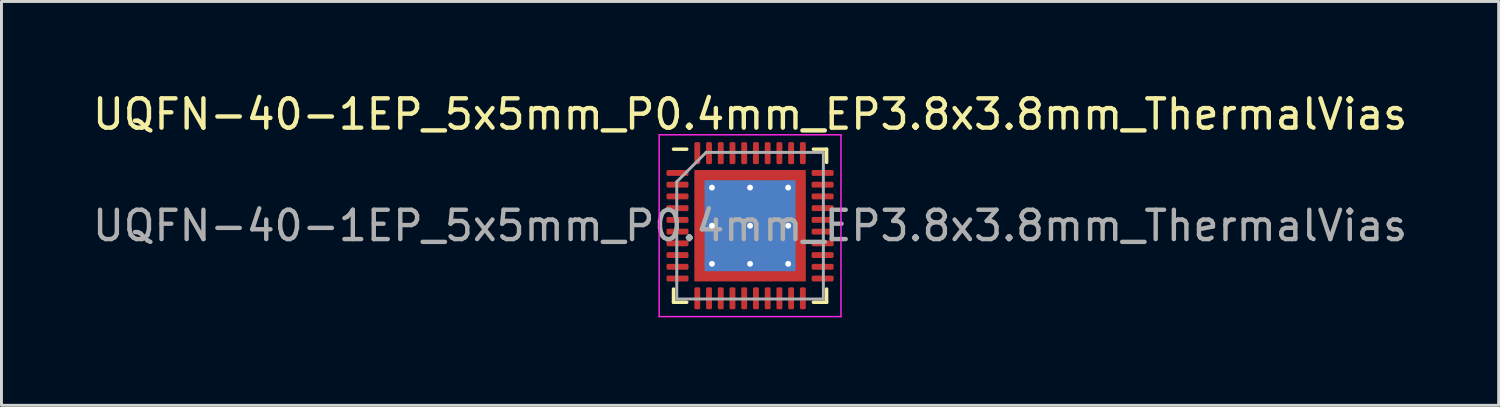
<source format=kicad_pcb>
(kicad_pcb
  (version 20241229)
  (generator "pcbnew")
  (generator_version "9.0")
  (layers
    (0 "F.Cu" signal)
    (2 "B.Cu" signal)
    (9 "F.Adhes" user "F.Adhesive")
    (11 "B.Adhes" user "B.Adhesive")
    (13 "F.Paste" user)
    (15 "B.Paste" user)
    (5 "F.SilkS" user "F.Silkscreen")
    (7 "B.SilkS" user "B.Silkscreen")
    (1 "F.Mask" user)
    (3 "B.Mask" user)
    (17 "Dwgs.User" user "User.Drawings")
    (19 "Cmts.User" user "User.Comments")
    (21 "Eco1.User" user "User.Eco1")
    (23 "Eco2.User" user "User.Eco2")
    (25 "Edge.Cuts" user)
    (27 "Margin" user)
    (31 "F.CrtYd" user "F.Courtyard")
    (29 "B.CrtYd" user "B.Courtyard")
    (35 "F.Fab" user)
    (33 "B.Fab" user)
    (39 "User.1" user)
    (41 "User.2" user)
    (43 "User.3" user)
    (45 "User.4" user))
  (footprint "UQFN-40-1EP_5x5mm_P0.4mm_EP3.8x3.8mm_ThermalVias"
    (layer "F.Cu")
    (at 22.53 4.648)
    (property "Reference" "UQFN-40-1EP_5x5mm_P0.4mm_EP3.8x3.8mm_ThermalVias" (at 0 -3.8 0) (layer "F.SilkS") (effects (font (size 1 1) (thickness 0.15))))
    (attr smd)
    (fp_line (start -2.61 2.61) (end -2.61 2.16) (stroke (width 0.12) (type solid)) (layer "F.SilkS"))
    (fp_line (start -2.16 -2.61) (end -2.61 -2.61) (stroke (width 0.12) (type solid)) (layer "F.SilkS"))
    (fp_line (start -2.16 2.61) (end -2.61 2.61) (stroke (width 0.12) (type solid)) (layer "F.SilkS"))
    (fp_line (start 2.16 -2.61) (end 2.61 -2.61) (stroke (width 0.12) (type solid)) (layer "F.SilkS"))
    (fp_line (start 2.16 2.61) (end 2.61 2.61) (stroke (width 0.12) (type solid)) (layer "F.SilkS"))
    (fp_line (start 2.61 -2.61) (end 2.61 -2.16) (stroke (width 0.12) (type solid)) (layer "F.SilkS"))
    (fp_line (start 2.61 2.61) (end 2.61 2.16) (stroke (width 0.12) (type solid)) (layer "F.SilkS"))
    (fp_line (start -3.1 -3.1) (end -3.1 3.1) (stroke (width 0.05) (type solid)) (layer "F.CrtYd"))
    (fp_line (start -3.1 3.1) (end 3.1 3.1) (stroke (width 0.05) (type solid)) (layer "F.CrtYd"))
    (fp_line (start 3.1 -3.1) (end -3.1 -3.1) (stroke (width 0.05) (type solid)) (layer "F.CrtYd"))
    (fp_line (start 3.1 3.1) (end 3.1 -3.1) (stroke (width 0.05) (type solid)) (layer "F.CrtYd"))
    (fp_line (start -2.5 -1.5) (end -1.5 -2.5) (stroke (width 0.1) (type solid)) (layer "F.Fab"))
    (fp_line (start -2.5 2.5) (end -2.5 -1.5) (stroke (width 0.1) (type solid)) (layer "F.Fab"))
    (fp_line (start -1.5 -2.5) (end 2.5 -2.5) (stroke (width 0.1) (type solid)) (layer "F.Fab"))
    (fp_line (start 2.5 -2.5) (end 2.5 2.5) (stroke (width 0.1) (type solid)) (layer "F.Fab"))
    (fp_line (start 2.5 2.5) (end -2.5 2.5) (stroke (width 0.1) (type solid)) (layer "F.Fab"))
    (fp_text user "${REFERENCE}" (at 0 0 0) (layer "F.Fab") (effects (font (size 1 1) (thickness 0.15))))
    (pad "" smd custom (at -1.6 -1.6) (size 0.366 0.366) (layers "F.Paste") (options (anchor circle)) (primitives (gr_poly (pts (xy -0.124 -0.124) (xy 0.124 -0.124) (xy 0.124 0.026) (xy 0.026 0.124) (xy -0.124 0.124)) (width 0.236) (fill yes))))
    (pad "" smd custom (at -1.6 -0.65) (size 0.414 0.414) (layers "F.Paste") (options (anchor circle)) (primitives (gr_poly (pts (xy -0.172 -0.454) (xy 0.114 -0.454) (xy 0.172 -0.396) (xy 0.172 0.396) (xy 0.114 0.454) (xy -0.172 0.454)) (width 0.14) (fill yes))))
    (pad "" smd custom (at -1.6 0.65) (size 0.414 0.414) (layers "F.Paste") (options (anchor circle)) (primitives (gr_poly (pts (xy -0.172 -0.454) (xy 0.114 -0.454) (xy 0.172 -0.396) (xy 0.172 0.396) (xy 0.114 0.454) (xy -0.172 0.454)) (width 0.14) (fill yes))))
    (pad "" smd custom (at -1.6 1.6) (size 0.366 0.366) (layers "F.Paste") (options (anchor circle)) (primitives (gr_poly (pts (xy -0.124 -0.124) (xy 0.026 -0.124) (xy 0.124 -0.026) (xy 0.124 0.124) (xy -0.124 0.124)) (width 0.236) (fill yes))))
    (pad "" smd custom (at -0.65 -1.6) (size 0.414 0.414) (layers "F.Paste") (options (anchor circle)) (primitives (gr_poly (pts (xy -0.454 -0.172) (xy 0.454 -0.172) (xy 0.454 0.114) (xy 0.396 0.172) (xy -0.396 0.172) (xy -0.454 0.114)) (width 0.14) (fill yes))))
    (pad "" smd roundrect (at -0.65 -0.65) (size 1.048 1.048) (layers "F.Paste") (roundrect_rratio 0.239))
    (pad "" smd roundrect (at -0.65 0.65) (size 1.048 1.048) (layers "F.Paste") (roundrect_rratio 0.239))
    (pad "" smd custom (at -0.65 1.6) (size 0.414 0.414) (layers "F.Paste") (options (anchor circle)) (primitives (gr_poly (pts (xy -0.454 -0.114) (xy -0.396 -0.172) (xy 0.396 -0.172) (xy 0.454 -0.114) (xy 0.454 0.172) (xy -0.454 0.172)) (width 0.14) (fill yes))))
    (pad "" smd custom (at 0.65 -1.6) (size 0.414 0.414) (layers "F.Paste") (options (anchor circle)) (primitives (gr_poly (pts (xy -0.454 -0.172) (xy 0.454 -0.172) (xy 0.454 0.114) (xy 0.396 0.172) (xy -0.396 0.172) (xy -0.454 0.114)) (width 0.14) (fill yes))))
    (pad "" smd roundrect (at 0.65 -0.65) (size 1.048 1.048) (layers "F.Paste") (roundrect_rratio 0.239))
    (pad "" smd roundrect (at 0.65 0.65) (size 1.048 1.048) (layers "F.Paste") (roundrect_rratio 0.239))
    (pad "" smd custom (at 0.65 1.6) (size 0.414 0.414) (layers "F.Paste") (options (anchor circle)) (primitives (gr_poly (pts (xy -0.454 -0.114) (xy -0.396 -0.172) (xy 0.396 -0.172) (xy 0.454 -0.114) (xy 0.454 0.172) (xy -0.454 0.172)) (width 0.14) (fill yes))))
    (pad "" smd custom (at 1.6 -1.6) (size 0.366 0.366) (layers "F.Paste") (options (anchor circle)) (primitives (gr_poly (pts (xy -0.124 -0.124) (xy 0.124 -0.124) (xy 0.124 0.124) (xy -0.026 0.124) (xy -0.124 0.026)) (width 0.236) (fill yes))))
    (pad "" smd custom (at 1.6 -0.65) (size 0.414 0.414) (layers "F.Paste") (options (anchor circle)) (primitives (gr_poly (pts (xy -0.172 -0.396) (xy -0.114 -0.454) (xy 0.172 -0.454) (xy 0.172 0.454) (xy -0.114 0.454) (xy -0.172 0.396)) (width 0.14) (fill yes))))
    (pad "" smd custom (at 1.6 0.65) (size 0.414 0.414) (layers "F.Paste") (options (anchor circle)) (primitives (gr_poly (pts (xy -0.172 -0.396) (xy -0.114 -0.454) (xy 0.172 -0.454) (xy 0.172 0.454) (xy -0.114 0.454) (xy -0.172 0.396)) (width 0.14) (fill yes))))
    (pad "" smd custom (at 1.6 1.6) (size 0.366 0.366) (layers "F.Paste") (options (anchor circle)) (primitives (gr_poly (pts (xy -0.124 -0.026) (xy -0.026 -0.124) (xy 0.124 -0.124) (xy 0.124 0.124) (xy -0.124 0.124)) (width 0.236) (fill yes))))
    (pad "1" smd roundrect (at -2.475 -1.8) (size 0.75 0.2) (layers "F.Cu" "F.Mask" "F.Paste") (roundrect_rratio 0.25))
    (pad "2" smd roundrect (at -2.475 -1.4) (size 0.75 0.2) (layers "F.Cu" "F.Mask" "F.Paste") (roundrect_rratio 0.25))
    (pad "3" smd roundrect (at -2.475 -1) (size 0.75 0.2) (layers "F.Cu" "F.Mask" "F.Paste") (roundrect_rratio 0.25))
    (pad "4" smd roundrect (at -2.475 -0.6) (size 0.75 0.2) (layers "F.Cu" "F.Mask" "F.Paste") (roundrect_rratio 0.25))
    (pad "5" smd roundrect (at -2.475 -0.2) (size 0.75 0.2) (layers "F.Cu" "F.Mask" "F.Paste") (roundrect_rratio 0.25))
    (pad "6" smd roundrect (at -2.475 0.2) (size 0.75 0.2) (layers "F.Cu" "F.Mask" "F.Paste") (roundrect_rratio 0.25))
    (pad "7" smd roundrect (at -2.475 0.6) (size 0.75 0.2) (layers "F.Cu" "F.Mask" "F.Paste") (roundrect_rratio 0.25))
    (pad "8" smd roundrect (at -2.475 1) (size 0.75 0.2) (layers "F.Cu" "F.Mask" "F.Paste") (roundrect_rratio 0.25))
    (pad "9" smd roundrect (at -2.475 1.4) (size 0.75 0.2) (layers "F.Cu" "F.Mask" "F.Paste") (roundrect_rratio 0.25))
    (pad "10" smd roundrect (at -2.475 1.8) (size 0.75 0.2) (layers "F.Cu" "F.Mask" "F.Paste") (roundrect_rratio 0.25))
    (pad "11" smd roundrect (at -1.8 2.475) (size 0.2 0.75) (layers "F.Cu" "F.Mask" "F.Paste") (roundrect_rratio 0.25))
    (pad "12" smd roundrect (at -1.4 2.475) (size 0.2 0.75) (layers "F.Cu" "F.Mask" "F.Paste") (roundrect_rratio 0.25))
    (pad "13" smd roundrect (at -1 2.475) (size 0.2 0.75) (layers "F.Cu" "F.Mask" "F.Paste") (roundrect_rratio 0.25))
    (pad "14" smd roundrect (at -0.6 2.475) (size 0.2 0.75) (layers "F.Cu" "F.Mask" "F.Paste") (roundrect_rratio 0.25))
    (pad "15" smd roundrect (at -0.2 2.475) (size 0.2 0.75) (layers "F.Cu" "F.Mask" "F.Paste") (roundrect_rratio 0.25))
    (pad "16" smd roundrect (at 0.2 2.475) (size 0.2 0.75) (layers "F.Cu" "F.Mask" "F.Paste") (roundrect_rratio 0.25))
    (pad "17" smd roundrect (at 0.6 2.475) (size 0.2 0.75) (layers "F.Cu" "F.Mask" "F.Paste") (roundrect_rratio 0.25))
    (pad "18" smd roundrect (at 1 2.475) (size 0.2 0.75) (layers "F.Cu" "F.Mask" "F.Paste") (roundrect_rratio 0.25))
    (pad "19" smd roundrect (at 1.4 2.475) (size 0.2 0.75) (layers "F.Cu" "F.Mask" "F.Paste") (roundrect_rratio 0.25))
    (pad "20" smd roundrect (at 1.8 2.475) (size 0.2 0.75) (layers "F.Cu" "F.Mask" "F.Paste") (roundrect_rratio 0.25))
    (pad "21" smd roundrect (at 2.475 1.8) (size 0.75 0.2) (layers "F.Cu" "F.Mask" "F.Paste") (roundrect_rratio 0.25))
    (pad "22" smd roundrect (at 2.475 1.4) (size 0.75 0.2) (layers "F.Cu" "F.Mask" "F.Paste") (roundrect_rratio 0.25))
    (pad "23" smd roundrect (at 2.475 1) (size 0.75 0.2) (layers "F.Cu" "F.Mask" "F.Paste") (roundrect_rratio 0.25))
    (pad "24" smd roundrect (at 2.475 0.6) (size 0.75 0.2) (layers "F.Cu" "F.Mask" "F.Paste") (roundrect_rratio 0.25))
    (pad "25" smd roundrect (at 2.475 0.2) (size 0.75 0.2) (layers "F.Cu" "F.Mask" "F.Paste") (roundrect_rratio 0.25))
    (pad "26" smd roundrect (at 2.475 -0.2) (size 0.75 0.2) (layers "F.Cu" "F.Mask" "F.Paste") (roundrect_rratio 0.25))
    (pad "27" smd roundrect (at 2.475 -0.6) (size 0.75 0.2) (layers "F.Cu" "F.Mask" "F.Paste") (roundrect_rratio 0.25))
    (pad "28" smd roundrect (at 2.475 -1) (size 0.75 0.2) (layers "F.Cu" "F.Mask" "F.Paste") (roundrect_rratio 0.25))
    (pad "29" smd roundrect (at 2.475 -1.4) (size 0.75 0.2) (layers "F.Cu" "F.Mask" "F.Paste") (roundrect_rratio 0.25))
    (pad "30" smd roundrect (at 2.475 -1.8) (size 0.75 0.2) (layers "F.Cu" "F.Mask" "F.Paste") (roundrect_rratio 0.25))
    (pad "31" smd roundrect (at 1.8 -2.475) (size 0.2 0.75) (layers "F.Cu" "F.Mask" "F.Paste") (roundrect_rratio 0.25))
    (pad "32" smd roundrect (at 1.4 -2.475) (size 0.2 0.75) (layers "F.Cu" "F.Mask" "F.Paste") (roundrect_rratio 0.25))
    (pad "33" smd roundrect (at 1 -2.475) (size 0.2 0.75) (layers "F.Cu" "F.Mask" "F.Paste") (roundrect_rratio 0.25))
    (pad "34" smd roundrect (at 0.6 -2.475) (size 0.2 0.75) (layers "F.Cu" "F.Mask" "F.Paste") (roundrect_rratio 0.25))
    (pad "35" smd roundrect (at 0.2 -2.475) (size 0.2 0.75) (layers "F.Cu" "F.Mask" "F.Paste") (roundrect_rratio 0.25))
    (pad "36" smd roundrect (at -0.2 -2.475) (size 0.2 0.75) (layers "F.Cu" "F.Mask" "F.Paste") (roundrect_rratio 0.25))
    (pad "37" smd roundrect (at -0.6 -2.475) (size 0.2 0.75) (layers "F.Cu" "F.Mask" "F.Paste") (roundrect_rratio 0.25))
    (pad "38" smd roundrect (at -1 -2.475) (size 0.2 0.75) (layers "F.Cu" "F.Mask" "F.Paste") (roundrect_rratio 0.25))
    (pad "39" smd roundrect (at -1.4 -2.475) (size 0.2 0.75) (layers "F.Cu" "F.Mask" "F.Paste") (roundrect_rratio 0.25))
    (pad "40" smd roundrect (at -1.8 -2.475) (size 0.2 0.75) (layers "F.Cu" "F.Mask" "F.Paste") (roundrect_rratio 0.25))
    (pad "41" thru_hole circle (at -1.3 -1.3) (size 0.5 0.5) (drill 0.2) (layers "*.Cu"))
    (pad "41" thru_hole circle (at -1.3 0) (size 0.5 0.5) (drill 0.2) (layers "*.Cu"))
    (pad "41" thru_hole circle (at -1.3 1.3) (size 0.5 0.5) (drill 0.2) (layers "*.Cu"))
    (pad "41" thru_hole circle (at 0 -1.3) (size 0.5 0.5) (drill 0.2) (layers "*.Cu"))
    (pad "41" thru_hole circle (at 0 0) (size 0.5 0.5) (drill 0.2) (layers "*.Cu"))
    (pad "41" smd rect (at 0 0) (size 3.1 3.1) (layers "B.Cu"))
    (pad "41" smd rect (at 0 0) (size 3.8 3.8) (layers "F.Cu" "F.Mask"))
    (pad "41" thru_hole circle (at 0 1.3) (size 0.5 0.5) (drill 0.2) (layers "*.Cu"))
    (pad "41" thru_hole circle (at 1.3 -1.3) (size 0.5 0.5) (drill 0.2) (layers "*.Cu"))
    (pad "41" thru_hole circle (at 1.3 0) (size 0.5 0.5) (drill 0.2) (layers "*.Cu"))
    (pad "41" thru_hole circle (at 1.3 1.3) (size 0.5 0.5) (drill 0.2) (layers "*.Cu")))
  (gr_rect
    (start -3 -3)
    (end 48.06 10.773)
    (stroke (width 0.1) (type default))
    (fill no)
    (layer "Edge.Cuts")))
</source>
